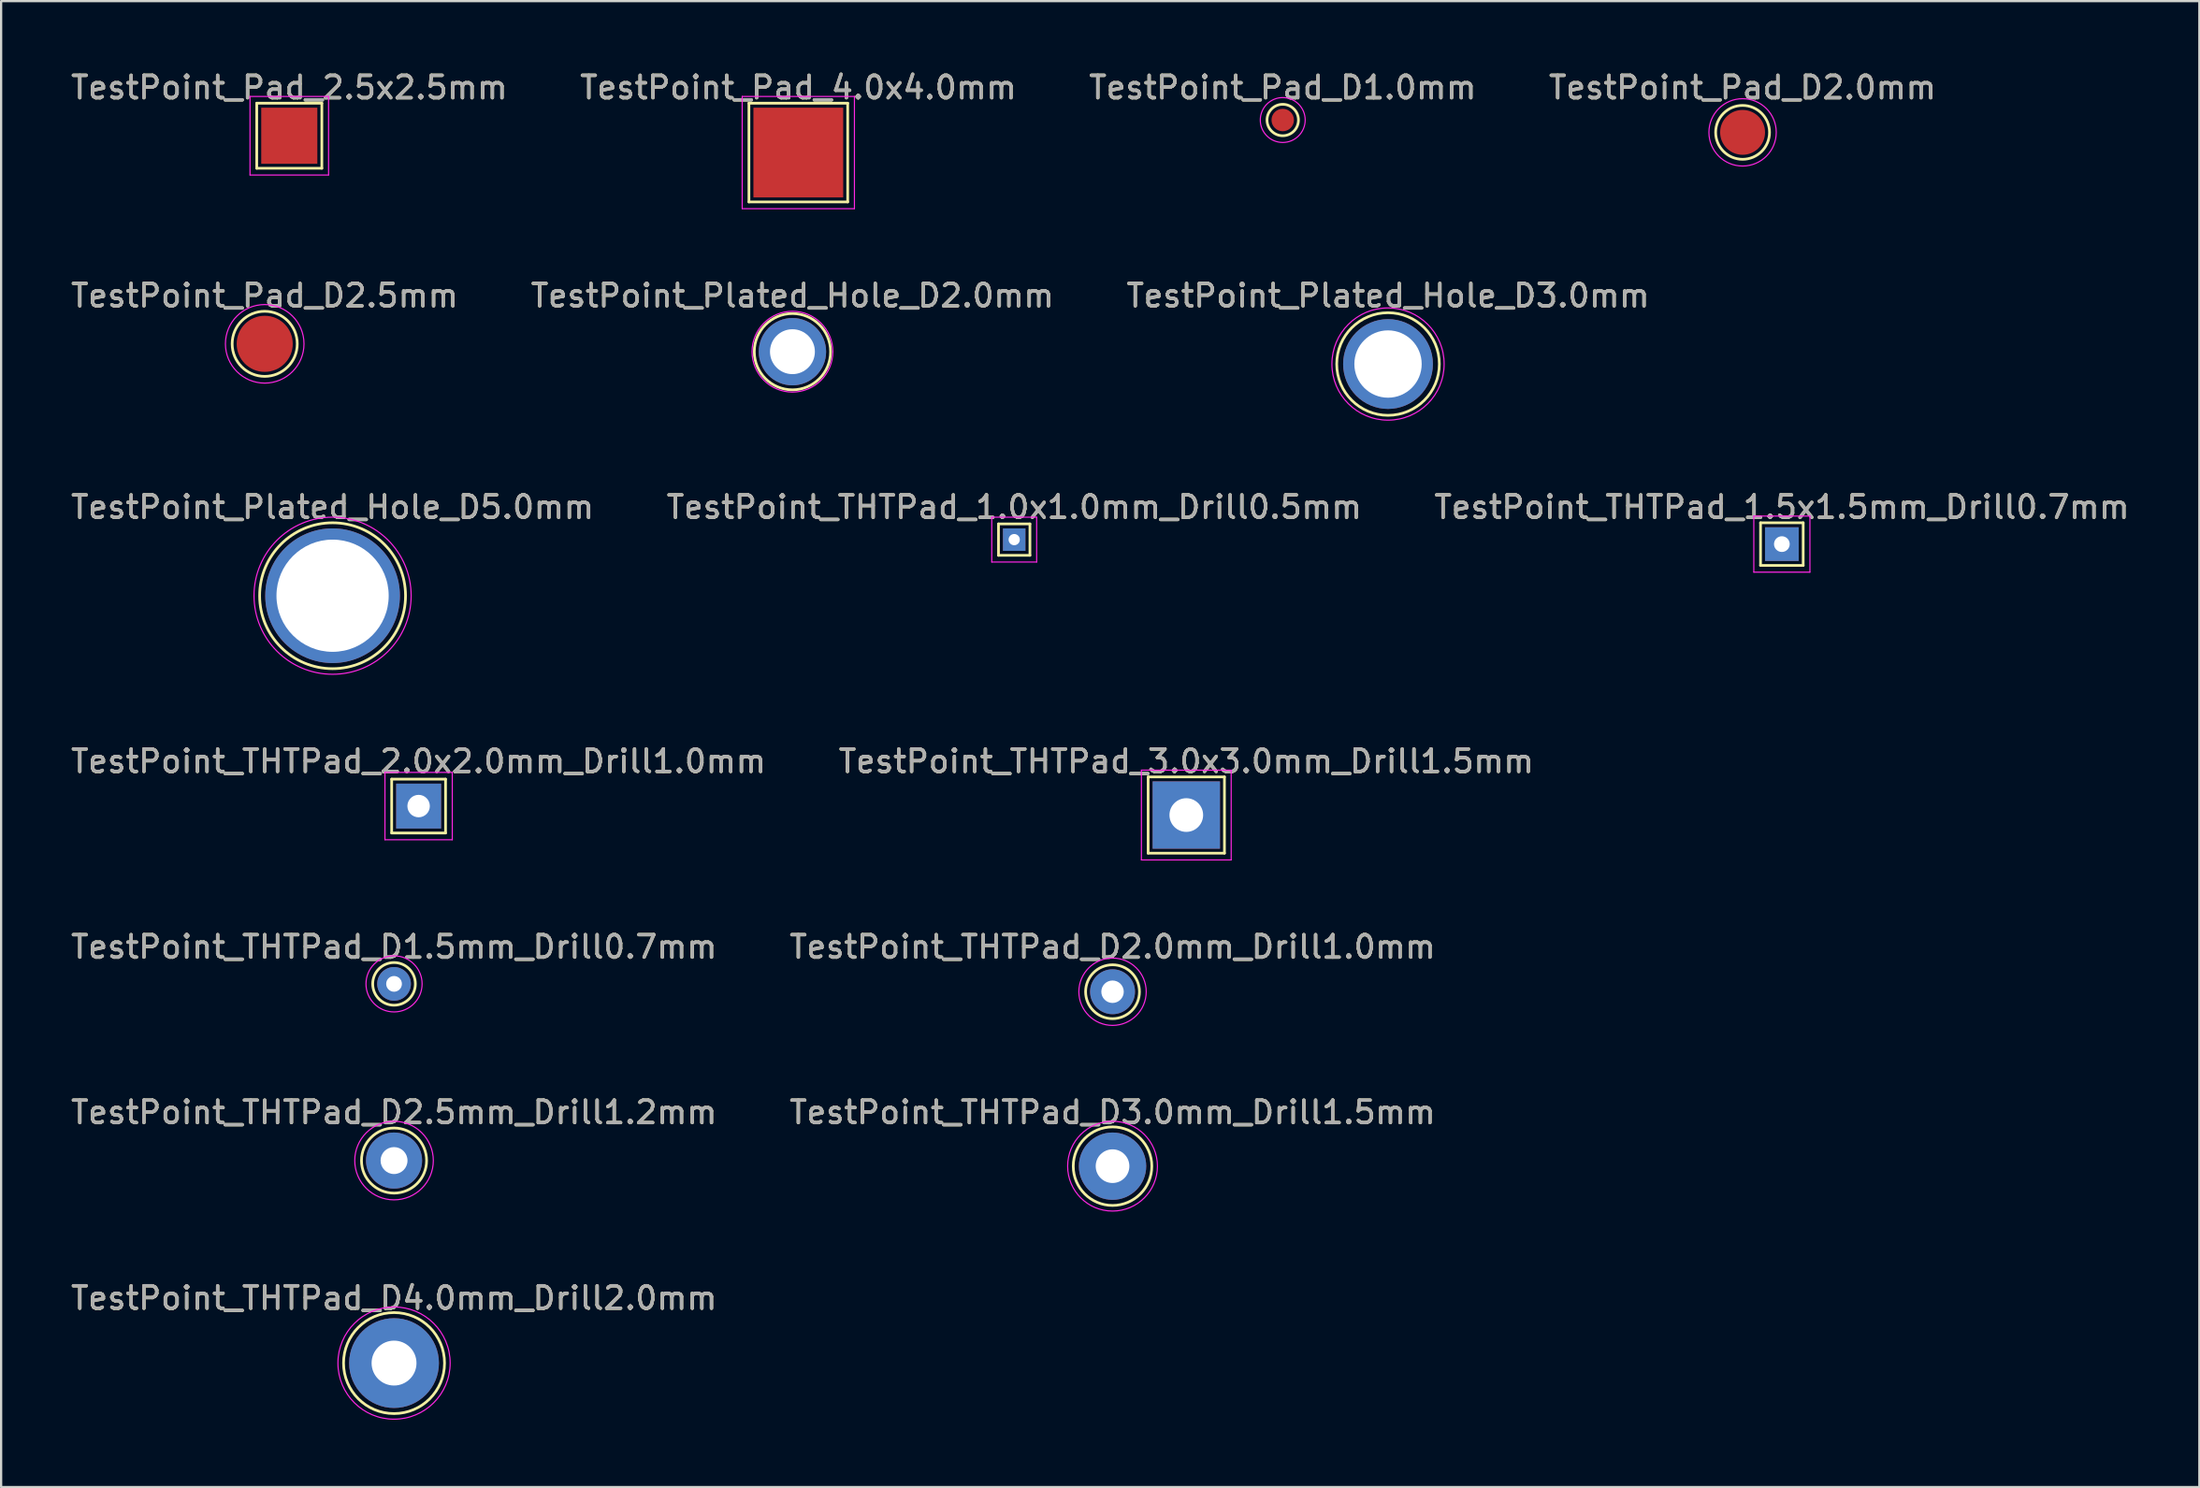
<source format=kicad_pcb>
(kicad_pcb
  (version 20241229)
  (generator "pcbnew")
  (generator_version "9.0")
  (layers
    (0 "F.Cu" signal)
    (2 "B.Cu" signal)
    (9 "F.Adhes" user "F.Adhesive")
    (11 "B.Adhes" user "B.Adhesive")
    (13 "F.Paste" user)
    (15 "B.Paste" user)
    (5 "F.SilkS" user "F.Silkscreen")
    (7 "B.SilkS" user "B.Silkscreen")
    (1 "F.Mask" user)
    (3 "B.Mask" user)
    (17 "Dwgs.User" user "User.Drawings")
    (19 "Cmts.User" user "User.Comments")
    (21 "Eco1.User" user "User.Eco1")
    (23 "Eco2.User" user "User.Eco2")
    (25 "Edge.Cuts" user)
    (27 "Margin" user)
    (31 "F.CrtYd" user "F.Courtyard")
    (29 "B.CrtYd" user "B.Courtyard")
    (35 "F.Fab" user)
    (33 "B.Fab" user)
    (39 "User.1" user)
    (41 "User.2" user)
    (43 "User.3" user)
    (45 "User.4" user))
  (footprint "TestPoint_THTPad_D3.0mm_Drill1.5mm"
    (layer "F.Cu")
    (at 46.518 48.914)
    (property "Reference" "TestPoint_THTPad_D3.0mm_Drill1.5mm" (at 0 -2.398 0) (layer "F.SilkS") (effects (font (size 1 1) (thickness 0.15))))
    (attr exclude_from_pos_files exclude_from_bom)
    (fp_circle (center 0 0) (end 0 1.75) (stroke (width 0.12) (type solid)) (fill no) (layer "F.SilkS"))
    (fp_circle (center 0 0) (end 2 0) (stroke (width 0.05) (type solid)) (fill no) (layer "F.CrtYd"))
    (fp_text user "${REFERENCE}" (at 0 -2.4 0) (layer "F.Fab") (effects (font (size 1 1) (thickness 0.15))))
    (pad "1" thru_hole circle (at 0 0) (size 3 3) (drill 1.5) (layers "*.Cu" "*.Mask")))
  (footprint "TestPoint_Plated_Hole_D5.0mm"
    (layer "F.Cu")
    (at 11.768 23.495)
    (property "Reference" "TestPoint_Plated_Hole_D5.0mm" (at 0 -3.948 0) (layer "F.SilkS") (effects (font (size 1 1) (thickness 0.15))))
    (attr exclude_from_pos_files exclude_from_bom)
    (fp_circle (center 0 0) (end 0 3.25) (stroke (width 0.12) (type solid)) (fill no) (layer "F.SilkS"))
    (fp_circle (center 0 0) (end 3.5 0) (stroke (width 0.05) (type solid)) (fill no) (layer "F.CrtYd"))
    (fp_text user "${REFERENCE}" (at 0 -3.95 0) (layer "F.Fab") (effects (font (size 1 1) (thickness 0.15))))
    (pad "1" thru_hole circle (at 0 0) (size 6 6) (drill 5) (layers "*.Cu" "*.Mask")))
  (footprint "TestPoint_Plated_Hole_D2.0mm"
    (layer "F.Cu")
    (at 32.256 12.621)
    (property "Reference" "TestPoint_Plated_Hole_D2.0mm" (at 0 -2.498 0) (layer "F.SilkS") (effects (font (size 1 1) (thickness 0.15))))
    (attr exclude_from_pos_files exclude_from_bom)
    (fp_circle (center 0 0) (end 0 -1.7) (stroke (width 0.12) (type solid)) (fill no) (layer "F.SilkS"))
    (fp_circle (center 0 0) (end 1.8 0) (stroke (width 0.05) (type solid)) (fill no) (layer "F.CrtYd"))
    (fp_text user "${REFERENCE}" (at 0 -2.5 0) (layer "F.Fab") (effects (font (size 1 1) (thickness 0.15))))
    (pad "1" thru_hole circle (at 0 0) (size 3 3) (drill 2) (layers "*.Cu" "*.Mask")))
  (footprint "TestPoint_Pad_D1.0mm"
    (layer "F.Cu")
    (at 54.101 2.298)
    (property "Reference" "TestPoint_Pad_D1.0mm" (at 0 -1.448 0) (layer "F.SilkS") (effects (font (size 1 1) (thickness 0.15))))
    (attr exclude_from_pos_files exclude_from_bom)
    (fp_circle (center 0 0) (end 0 0.7) (stroke (width 0.12) (type solid)) (fill no) (layer "F.SilkS"))
    (fp_circle (center 0 0) (end 1 0) (stroke (width 0.05) (type solid)) (fill no) (layer "F.CrtYd"))
    (fp_text user "${REFERENCE}" (at 0 -1.45 0) (layer "F.Fab") (effects (font (size 1 1) (thickness 0.15))))
    (pad "1" smd circle (at 0 0) (size 1 1) (layers "F.Cu" "F.Mask")))
  (footprint "TestPoint_Pad_D2.5mm"
    (layer "F.Cu")
    (at 8.744 12.271)
    (property "Reference" "TestPoint_Pad_D2.5mm" (at 0 -2.148 0) (layer "F.SilkS") (effects (font (size 1 1) (thickness 0.15))))
    (attr exclude_from_pos_files exclude_from_bom)
    (fp_circle (center 0 0) (end 0 1.45) (stroke (width 0.12) (type solid)) (fill no) (layer "F.SilkS"))
    (fp_circle (center 0 0) (end 1.75 0) (stroke (width 0.05) (type solid)) (fill no) (layer "F.CrtYd"))
    (fp_text user "${REFERENCE}" (at 0 -2.15 0) (layer "F.Fab") (effects (font (size 1 1) (thickness 0.15))))
    (pad "1" smd circle (at 0 0) (size 2.5 2.5) (layers "F.Cu" "F.Mask")))
  (footprint "TestPoint_THTPad_D1.5mm_Drill0.7mm"
    (layer "F.Cu")
    (at 14.506 40.791)
    (property "Reference" "TestPoint_THTPad_D1.5mm_Drill0.7mm" (at 0 -1.648 0) (layer "F.SilkS") (effects (font (size 1 1) (thickness 0.15))))
    (attr exclude_from_pos_files exclude_from_bom)
    (fp_circle (center 0 0) (end 0 0.95) (stroke (width 0.12) (type solid)) (fill no) (layer "F.SilkS"))
    (fp_circle (center 0 0) (end 1.25 0) (stroke (width 0.05) (type solid)) (fill no) (layer "F.CrtYd"))
    (fp_text user "${REFERENCE}" (at 0 -1.65 0) (layer "F.Fab") (effects (font (size 1 1) (thickness 0.15))))
    (pad "1" thru_hole circle (at 0 0) (size 1.5 1.5) (drill 0.7) (layers "*.Cu" "*.Mask")))
  (footprint "TestPoint_Pad_4.0x4.0mm"
    (layer "F.Cu")
    (at 32.518 3.748)
    (property "Reference" "TestPoint_Pad_4.0x4.0mm" (at 0 -2.898 0) (layer "F.SilkS") (effects (font (size 1 1) (thickness 0.15))))
    (attr exclude_from_pos_files exclude_from_bom)
    (fp_line (start -2.2 -2.2) (end 2.2 -2.2) (stroke (width 0.12) (type solid)) (layer "F.SilkS"))
    (fp_line (start -2.2 2.2) (end -2.2 -2.2) (stroke (width 0.12) (type solid)) (layer "F.SilkS"))
    (fp_line (start 2.2 -2.2) (end 2.2 2.2) (stroke (width 0.12) (type solid)) (layer "F.SilkS"))
    (fp_line (start 2.2 2.2) (end -2.2 2.2) (stroke (width 0.12) (type solid)) (layer "F.SilkS"))
    (fp_line (start -2.5 -2.5) (end -2.5 2.5) (stroke (width 0.05) (type solid)) (layer "F.CrtYd"))
    (fp_line (start -2.5 -2.5) (end 2.5 -2.5) (stroke (width 0.05) (type solid)) (layer "F.CrtYd"))
    (fp_line (start 2.5 2.5) (end -2.5 2.5) (stroke (width 0.05) (type solid)) (layer "F.CrtYd"))
    (fp_line (start 2.5 2.5) (end 2.5 -2.5) (stroke (width 0.05) (type solid)) (layer "F.CrtYd"))
    (fp_text user "${REFERENCE}" (at 0 -2.9 0) (layer "F.Fab") (effects (font (size 1 1) (thickness 0.15))))
    (pad "1" smd rect (at 0 0) (size 4 4) (layers "F.Cu" "F.Mask")))
  (footprint "TestPoint_THTPad_1.5x1.5mm_Drill0.7mm"
    (layer "F.Cu")
    (at 76.339 21.195)
    (property "Reference" "TestPoint_THTPad_1.5x1.5mm_Drill0.7mm" (at 0 -1.648 0) (layer "F.SilkS") (effects (font (size 1 1) (thickness 0.15))))
    (attr exclude_from_pos_files exclude_from_bom)
    (fp_line (start -0.95 -0.95) (end 0.95 -0.95) (stroke (width 0.12) (type solid)) (layer "F.SilkS"))
    (fp_line (start -0.95 0.95) (end -0.95 -0.95) (stroke (width 0.12) (type solid)) (layer "F.SilkS"))
    (fp_line (start 0.95 -0.95) (end 0.95 0.95) (stroke (width 0.12) (type solid)) (layer "F.SilkS"))
    (fp_line (start 0.95 0.95) (end -0.95 0.95) (stroke (width 0.12) (type solid)) (layer "F.SilkS"))
    (fp_line (start -1.25 -1.25) (end -1.25 1.25) (stroke (width 0.05) (type solid)) (layer "F.CrtYd"))
    (fp_line (start -1.25 -1.25) (end 1.25 -1.25) (stroke (width 0.05) (type solid)) (layer "F.CrtYd"))
    (fp_line (start 1.25 1.25) (end -1.25 1.25) (stroke (width 0.05) (type solid)) (layer "F.CrtYd"))
    (fp_line (start 1.25 1.25) (end 1.25 -1.25) (stroke (width 0.05) (type solid)) (layer "F.CrtYd"))
    (fp_text user "${REFERENCE}" (at 0 -1.65 0) (layer "F.Fab") (effects (font (size 1 1) (thickness 0.15))))
    (pad "1" thru_hole rect (at 0 0) (size 1.5 1.5) (drill 0.7) (layers "*.Cu" "*.Mask")))
  (footprint "TestPoint_THTPad_D2.0mm_Drill1.0mm"
    (layer "F.Cu")
    (at 46.518 41.141)
    (property "Reference" "TestPoint_THTPad_D2.0mm_Drill1.0mm" (at 0 -1.998 0) (layer "F.SilkS") (effects (font (size 1 1) (thickness 0.15))))
    (attr exclude_from_pos_files exclude_from_bom)
    (fp_circle (center 0 0) (end 0 1.2) (stroke (width 0.12) (type solid)) (fill no) (layer "F.SilkS"))
    (fp_circle (center 0 0) (end 1.5 0) (stroke (width 0.05) (type solid)) (fill no) (layer "F.CrtYd"))
    (fp_text user "${REFERENCE}" (at 0 -2 0) (layer "F.Fab") (effects (font (size 1 1) (thickness 0.15))))
    (pad "1" thru_hole circle (at 0 0) (size 2 2) (drill 1) (layers "*.Cu" "*.Mask")))
  (footprint "TestPoint_THTPad_D2.5mm_Drill1.2mm"
    (layer "F.Cu")
    (at 14.506 48.664)
    (property "Reference" "TestPoint_THTPad_D2.5mm_Drill1.2mm" (at 0 -2.148 0) (layer "F.SilkS") (effects (font (size 1 1) (thickness 0.15))))
    (attr exclude_from_pos_files exclude_from_bom)
    (fp_circle (center 0 0) (end 0 1.45) (stroke (width 0.12) (type solid)) (fill no) (layer "F.SilkS"))
    (fp_circle (center 0 0) (end 1.75 0) (stroke (width 0.05) (type solid)) (fill no) (layer "F.CrtYd"))
    (fp_text user "${REFERENCE}" (at 0 -2.15 0) (layer "F.Fab") (effects (font (size 1 1) (thickness 0.15))))
    (pad "1" thru_hole circle (at 0 0) (size 2.5 2.5) (drill 1.2) (layers "*.Cu" "*.Mask")))
  (footprint "TestPoint_Plated_Hole_D3.0mm"
    (layer "F.Cu")
    (at 58.792 13.171)
    (property "Reference" "TestPoint_Plated_Hole_D3.0mm" (at 0 -3.048 0) (layer "F.SilkS") (effects (font (size 1 1) (thickness 0.15))))
    (attr exclude_from_pos_files exclude_from_bom)
    (fp_circle (center 0 0) (end 0 -2.286) (stroke (width 0.12) (type solid)) (fill no) (layer "F.SilkS"))
    (fp_circle (center 0 0) (end 2.5 0) (stroke (width 0.05) (type solid)) (fill no) (layer "F.CrtYd"))
    (fp_text user "${REFERENCE}" (at 0 -3.05 0) (layer "F.Fab") (effects (font (size 1 1) (thickness 0.15))))
    (pad "1" thru_hole circle (at 0 0) (size 4 4) (drill 3) (layers "*.Cu" "*.Mask")))
  (footprint "TestPoint_THTPad_2.0x2.0mm_Drill1.0mm"
    (layer "F.Cu")
    (at 15.601 32.868)
    (property "Reference" "TestPoint_THTPad_2.0x2.0mm_Drill1.0mm" (at 0 -1.998 0) (layer "F.SilkS") (effects (font (size 1 1) (thickness 0.15))))
    (attr exclude_from_pos_files exclude_from_bom)
    (fp_line (start -1.2 -1.2) (end 1.2 -1.2) (stroke (width 0.12) (type solid)) (layer "F.SilkS"))
    (fp_line (start -1.2 1.2) (end -1.2 -1.2) (stroke (width 0.12) (type solid)) (layer "F.SilkS"))
    (fp_line (start 1.2 -1.2) (end 1.2 1.2) (stroke (width 0.12) (type solid)) (layer "F.SilkS"))
    (fp_line (start 1.2 1.2) (end -1.2 1.2) (stroke (width 0.12) (type solid)) (layer "F.SilkS"))
    (fp_line (start -1.5 -1.5) (end -1.5 1.5) (stroke (width 0.05) (type solid)) (layer "F.CrtYd"))
    (fp_line (start -1.5 -1.5) (end 1.5 -1.5) (stroke (width 0.05) (type solid)) (layer "F.CrtYd"))
    (fp_line (start 1.5 1.5) (end -1.5 1.5) (stroke (width 0.05) (type solid)) (layer "F.CrtYd"))
    (fp_line (start 1.5 1.5) (end 1.5 -1.5) (stroke (width 0.05) (type solid)) (layer "F.CrtYd"))
    (fp_text user "${REFERENCE}" (at 0 -2 0) (layer "F.Fab") (effects (font (size 1 1) (thickness 0.15))))
    (pad "1" thru_hole rect (at 0 0) (size 2 2) (drill 1) (layers "*.Cu" "*.Mask")))
  (footprint "TestPoint_THTPad_3.0x3.0mm_Drill1.5mm"
    (layer "F.Cu")
    (at 49.804 33.268)
    (property "Reference" "TestPoint_THTPad_3.0x3.0mm_Drill1.5mm" (at 0 -2.398 0) (layer "F.SilkS") (effects (font (size 1 1) (thickness 0.15))))
    (attr exclude_from_pos_files exclude_from_bom)
    (fp_line (start -1.7 -1.7) (end 1.7 -1.7) (stroke (width 0.12) (type solid)) (layer "F.SilkS"))
    (fp_line (start -1.7 1.7) (end -1.7 -1.7) (stroke (width 0.12) (type solid)) (layer "F.SilkS"))
    (fp_line (start 1.7 -1.7) (end 1.7 1.7) (stroke (width 0.12) (type solid)) (layer "F.SilkS"))
    (fp_line (start 1.7 1.7) (end -1.7 1.7) (stroke (width 0.12) (type solid)) (layer "F.SilkS"))
    (fp_line (start -2 -2) (end -2 2) (stroke (width 0.05) (type solid)) (layer "F.CrtYd"))
    (fp_line (start -2 -2) (end 2 -2) (stroke (width 0.05) (type solid)) (layer "F.CrtYd"))
    (fp_line (start 2 2) (end -2 2) (stroke (width 0.05) (type solid)) (layer "F.CrtYd"))
    (fp_line (start 2 2) (end 2 -2) (stroke (width 0.05) (type solid)) (layer "F.CrtYd"))
    (fp_text user "${REFERENCE}" (at 0 -2.4 0) (layer "F.Fab") (effects (font (size 1 1) (thickness 0.15))))
    (pad "1" thru_hole rect (at 0 0) (size 3 3) (drill 1.5) (layers "*.Cu" "*.Mask")))
  (footprint "TestPoint_THTPad_1.0x1.0mm_Drill0.5mm"
    (layer "F.Cu")
    (at 42.137 20.995)
    (property "Reference" "TestPoint_THTPad_1.0x1.0mm_Drill0.5mm" (at 0 -1.448 0) (layer "F.SilkS") (effects (font (size 1 1) (thickness 0.15))))
    (attr exclude_from_pos_files exclude_from_bom)
    (fp_line (start -0.7 -0.7) (end 0.7 -0.7) (stroke (width 0.12) (type solid)) (layer "F.SilkS"))
    (fp_line (start -0.7 0.7) (end -0.7 -0.7) (stroke (width 0.12) (type solid)) (layer "F.SilkS"))
    (fp_line (start 0.7 -0.7) (end 0.7 0.7) (stroke (width 0.12) (type solid)) (layer "F.SilkS"))
    (fp_line (start 0.7 0.7) (end -0.7 0.7) (stroke (width 0.12) (type solid)) (layer "F.SilkS"))
    (fp_line (start -1 -1) (end -1 1) (stroke (width 0.05) (type solid)) (layer "F.CrtYd"))
    (fp_line (start -1 -1) (end 1 -1) (stroke (width 0.05) (type solid)) (layer "F.CrtYd"))
    (fp_line (start 1 1) (end -1 1) (stroke (width 0.05) (type solid)) (layer "F.CrtYd"))
    (fp_line (start 1 1) (end 1 -1) (stroke (width 0.05) (type solid)) (layer "F.CrtYd"))
    (fp_text user "${REFERENCE}" (at 0 -1.45 0) (layer "F.Fab") (effects (font (size 1 1) (thickness 0.15))))
    (pad "1" thru_hole rect (at 0 0) (size 1 1) (drill 0.5) (layers "*.Cu" "*.Mask")))
  (footprint "TestPoint_Pad_2.5x2.5mm"
    (layer "F.Cu")
    (at 9.839 2.998)
    (property "Reference" "TestPoint_Pad_2.5x2.5mm" (at 0 -2.148 0) (layer "F.SilkS") (effects (font (size 1 1) (thickness 0.15))))
    (attr exclude_from_pos_files exclude_from_bom)
    (fp_line (start -1.45 -1.45) (end 1.45 -1.45) (stroke (width 0.12) (type solid)) (layer "F.SilkS"))
    (fp_line (start -1.45 1.45) (end -1.45 -1.45) (stroke (width 0.12) (type solid)) (layer "F.SilkS"))
    (fp_line (start 1.45 -1.45) (end 1.45 1.45) (stroke (width 0.12) (type solid)) (layer "F.SilkS"))
    (fp_line (start 1.45 1.45) (end -1.45 1.45) (stroke (width 0.12) (type solid)) (layer "F.SilkS"))
    (fp_line (start -1.75 -1.75) (end -1.75 1.75) (stroke (width 0.05) (type solid)) (layer "F.CrtYd"))
    (fp_line (start -1.75 -1.75) (end 1.75 -1.75) (stroke (width 0.05) (type solid)) (layer "F.CrtYd"))
    (fp_line (start 1.75 1.75) (end -1.75 1.75) (stroke (width 0.05) (type solid)) (layer "F.CrtYd"))
    (fp_line (start 1.75 1.75) (end 1.75 -1.75) (stroke (width 0.05) (type solid)) (layer "F.CrtYd"))
    (fp_text user "${REFERENCE}" (at 0 -2.15 0) (layer "F.Fab") (effects (font (size 1 1) (thickness 0.15))))
    (pad "1" smd rect (at 0 0) (size 2.5 2.5) (layers "F.Cu" "F.Mask")))
  (footprint "TestPoint_THTPad_D4.0mm_Drill2.0mm"
    (layer "F.Cu")
    (at 14.506 57.688)
    (property "Reference" "TestPoint_THTPad_D4.0mm_Drill2.0mm" (at 0 -2.898 0) (layer "F.SilkS") (effects (font (size 1 1) (thickness 0.15))))
    (attr exclude_from_pos_files exclude_from_bom)
    (fp_circle (center 0 0) (end 0 2.25) (stroke (width 0.12) (type solid)) (fill no) (layer "F.SilkS"))
    (fp_circle (center 0 0) (end 2.5 0) (stroke (width 0.05) (type solid)) (fill no) (layer "F.CrtYd"))
    (fp_text user "${REFERENCE}" (at 0 -2.9 0) (layer "F.Fab") (effects (font (size 1 1) (thickness 0.15))))
    (pad "1" thru_hole circle (at 0 0) (size 4 4) (drill 2) (layers "*.Cu" "*.Mask")))
  (footprint "TestPoint_Pad_D2.0mm"
    (layer "F.Cu")
    (at 74.589 2.848)
    (property "Reference" "TestPoint_Pad_D2.0mm" (at 0 -1.998 0) (layer "F.SilkS") (effects (font (size 1 1) (thickness 0.15))))
    (attr exclude_from_pos_files exclude_from_bom)
    (fp_circle (center 0 0) (end 0 1.2) (stroke (width 0.12) (type solid)) (fill no) (layer "F.SilkS"))
    (fp_circle (center 0 0) (end 1.5 0) (stroke (width 0.05) (type solid)) (fill no) (layer "F.CrtYd"))
    (fp_text user "${REFERENCE}" (at 0 -2 0) (layer "F.Fab") (effects (font (size 1 1) (thickness 0.15))))
    (pad "1" smd circle (at 0 0) (size 2 2) (layers "F.Cu" "F.Mask")))
  (gr_rect
    (start -3 -3)
    (end 94.94 63.213)
    (stroke (width 0.1) (type default))
    (fill no)
    (layer "Edge.Cuts")))
</source>
